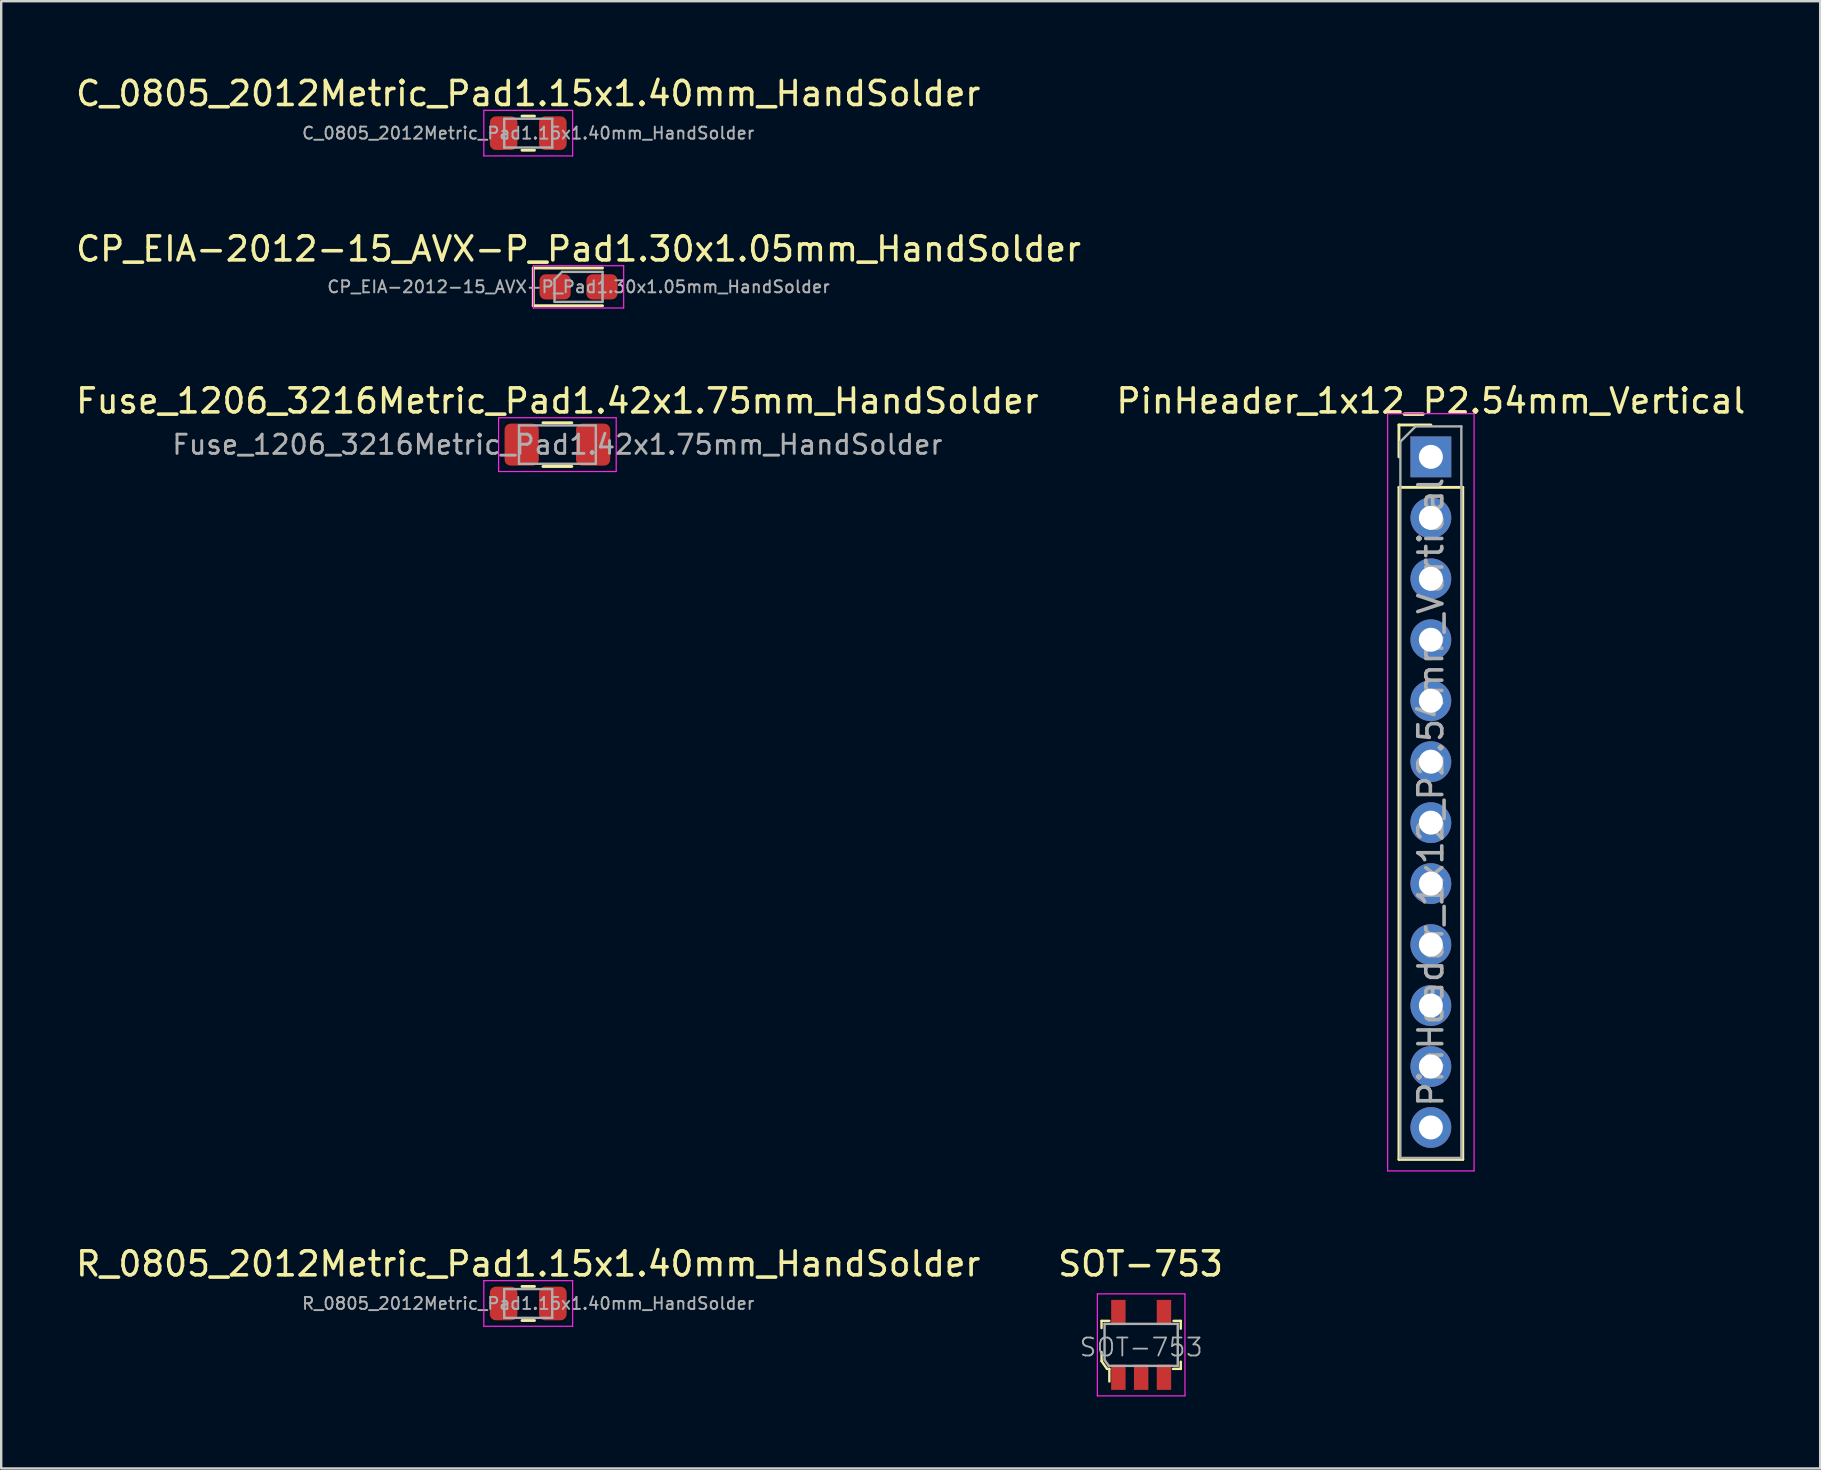
<source format=kicad_pcb>
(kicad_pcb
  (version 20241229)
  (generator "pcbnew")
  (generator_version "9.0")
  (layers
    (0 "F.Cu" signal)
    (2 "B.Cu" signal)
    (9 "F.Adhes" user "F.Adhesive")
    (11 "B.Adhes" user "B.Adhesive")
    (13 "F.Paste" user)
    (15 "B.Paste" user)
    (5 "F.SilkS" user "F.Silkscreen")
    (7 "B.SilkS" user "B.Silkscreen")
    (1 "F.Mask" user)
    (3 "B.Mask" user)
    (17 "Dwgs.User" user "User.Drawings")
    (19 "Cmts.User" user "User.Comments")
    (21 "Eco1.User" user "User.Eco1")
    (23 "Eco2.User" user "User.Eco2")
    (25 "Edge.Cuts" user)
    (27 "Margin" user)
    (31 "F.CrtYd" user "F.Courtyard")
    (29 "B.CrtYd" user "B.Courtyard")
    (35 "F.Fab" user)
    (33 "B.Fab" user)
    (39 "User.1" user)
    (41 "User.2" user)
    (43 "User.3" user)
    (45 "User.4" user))
  (footprint "C_0805_2012Metric_Pad1.15x1.40mm_HandSolder"
    (layer "F.Cu")
    (at 18.958 2.498)
    (property "Reference" "C_0805_2012Metric_Pad1.15x1.40mm_HandSolder" (at 0 -1.65 0) (layer "F.SilkS") (effects (font (size 1 1) (thickness 0.15))))
    (attr smd)
    (fp_line (start -0.261 -0.71) (end 0.261 -0.71) (stroke (width 0.12) (type solid)) (layer "F.SilkS"))
    (fp_line (start -0.261 0.71) (end 0.261 0.71) (stroke (width 0.12) (type solid)) (layer "F.SilkS"))
    (fp_line (start -1.85 -0.95) (end 1.85 -0.95) (stroke (width 0.05) (type solid)) (layer "F.CrtYd"))
    (fp_line (start -1.85 0.95) (end -1.85 -0.95) (stroke (width 0.05) (type solid)) (layer "F.CrtYd"))
    (fp_line (start 1.85 -0.95) (end 1.85 0.95) (stroke (width 0.05) (type solid)) (layer "F.CrtYd"))
    (fp_line (start 1.85 0.95) (end -1.85 0.95) (stroke (width 0.05) (type solid)) (layer "F.CrtYd"))
    (fp_line (start -1 -0.6) (end 1 -0.6) (stroke (width 0.1) (type solid)) (layer "F.Fab"))
    (fp_line (start -1 0.6) (end -1 -0.6) (stroke (width 0.1) (type solid)) (layer "F.Fab"))
    (fp_line (start 1 -0.6) (end 1 0.6) (stroke (width 0.1) (type solid)) (layer "F.Fab"))
    (fp_line (start 1 0.6) (end -1 0.6) (stroke (width 0.1) (type solid)) (layer "F.Fab"))
    (fp_text user "${REFERENCE}" (at 0 0 0) (layer "F.Fab") (effects (font (size 0.5 0.5) (thickness 0.08))))
    (pad "1" smd roundrect (at -1.025 0) (size 1.15 1.4) (layers "F.Cu" "F.Mask" "F.Paste") (roundrect_rratio 0.217))
    (pad "2" smd roundrect (at 1.025 0) (size 1.15 1.4) (layers "F.Cu" "F.Mask" "F.Paste") (roundrect_rratio 0.217)))
  (footprint "R_0805_2012Metric_Pad1.15x1.40mm_HandSolder"
    (layer "F.Cu")
    (at 18.958 51.258)
    (property "Reference" "R_0805_2012Metric_Pad1.15x1.40mm_HandSolder" (at 0 -1.65 0) (layer "F.SilkS") (effects (font (size 1 1) (thickness 0.15))))
    (attr smd)
    (fp_line (start -0.261 -0.71) (end 0.261 -0.71) (stroke (width 0.12) (type solid)) (layer "F.SilkS"))
    (fp_line (start -0.261 0.71) (end 0.261 0.71) (stroke (width 0.12) (type solid)) (layer "F.SilkS"))
    (fp_line (start -1.85 -0.95) (end 1.85 -0.95) (stroke (width 0.05) (type solid)) (layer "F.CrtYd"))
    (fp_line (start -1.85 0.95) (end -1.85 -0.95) (stroke (width 0.05) (type solid)) (layer "F.CrtYd"))
    (fp_line (start 1.85 -0.95) (end 1.85 0.95) (stroke (width 0.05) (type solid)) (layer "F.CrtYd"))
    (fp_line (start 1.85 0.95) (end -1.85 0.95) (stroke (width 0.05) (type solid)) (layer "F.CrtYd"))
    (fp_line (start -1 -0.6) (end 1 -0.6) (stroke (width 0.1) (type solid)) (layer "F.Fab"))
    (fp_line (start -1 0.6) (end -1 -0.6) (stroke (width 0.1) (type solid)) (layer "F.Fab"))
    (fp_line (start 1 -0.6) (end 1 0.6) (stroke (width 0.1) (type solid)) (layer "F.Fab"))
    (fp_line (start 1 0.6) (end -1 0.6) (stroke (width 0.1) (type solid)) (layer "F.Fab"))
    (fp_text user "${REFERENCE}" (at 0 0 0) (layer "F.Fab") (effects (font (size 0.5 0.5) (thickness 0.08))))
    (pad "1" smd roundrect (at -1.025 0) (size 1.15 1.4) (layers "F.Cu" "F.Mask" "F.Paste") (roundrect_rratio 0.217))
    (pad "2" smd roundrect (at 1.025 0) (size 1.15 1.4) (layers "F.Cu" "F.Mask" "F.Paste") (roundrect_rratio 0.217)))
  (footprint "Fuse_1206_3216Metric_Pad1.42x1.75mm_HandSolder"
    (layer "F.Cu")
    (at 20.173 15.475)
    (property "Reference" "Fuse_1206_3216Metric_Pad1.42x1.75mm_HandSolder" (at 0 -1.82 0) (layer "F.SilkS") (effects (font (size 1 1) (thickness 0.15))))
    (attr smd)
    (fp_line (start -0.602 -0.91) (end 0.602 -0.91) (stroke (width 0.12) (type solid)) (layer "F.SilkS"))
    (fp_line (start -0.602 0.91) (end 0.602 0.91) (stroke (width 0.12) (type solid)) (layer "F.SilkS"))
    (fp_line (start -2.45 -1.12) (end 2.45 -1.12) (stroke (width 0.05) (type solid)) (layer "F.CrtYd"))
    (fp_line (start -2.45 1.12) (end -2.45 -1.12) (stroke (width 0.05) (type solid)) (layer "F.CrtYd"))
    (fp_line (start 2.45 -1.12) (end 2.45 1.12) (stroke (width 0.05) (type solid)) (layer "F.CrtYd"))
    (fp_line (start 2.45 1.12) (end -2.45 1.12) (stroke (width 0.05) (type solid)) (layer "F.CrtYd"))
    (fp_line (start -1.6 -0.8) (end 1.6 -0.8) (stroke (width 0.1) (type solid)) (layer "F.Fab"))
    (fp_line (start -1.6 0.8) (end -1.6 -0.8) (stroke (width 0.1) (type solid)) (layer "F.Fab"))
    (fp_line (start 1.6 -0.8) (end 1.6 0.8) (stroke (width 0.1) (type solid)) (layer "F.Fab"))
    (fp_line (start 1.6 0.8) (end -1.6 0.8) (stroke (width 0.1) (type solid)) (layer "F.Fab"))
    (fp_text user "${REFERENCE}" (at 0 0 0) (layer "F.Fab") (effects (font (size 0.8 0.8) (thickness 0.12))))
    (pad "1" smd roundrect (at -1.488 0) (size 1.425 1.75) (layers "F.Cu" "F.Mask" "F.Paste") (roundrect_rratio 0.175))
    (pad "2" smd roundrect (at 1.488 0) (size 1.425 1.75) (layers "F.Cu" "F.Mask" "F.Paste") (roundrect_rratio 0.175)))
  (footprint "CP_EIA-2012-15_AVX-P_Pad1.30x1.05mm_HandSolder"
    (layer "F.Cu")
    (at 21.054 8.902)
    (property "Reference" "CP_EIA-2012-15_AVX-P_Pad1.30x1.05mm_HandSolder" (at 0 -1.58 0) (layer "F.SilkS") (effects (font (size 1 1) (thickness 0.15))))
    (attr smd)
    (fp_line (start -1.885 -0.785) (end -1.885 0.785) (stroke (width 0.12) (type solid)) (layer "F.SilkS"))
    (fp_line (start -1.885 0.785) (end 1 0.785) (stroke (width 0.12) (type solid)) (layer "F.SilkS"))
    (fp_line (start 1 -0.785) (end -1.885 -0.785) (stroke (width 0.12) (type solid)) (layer "F.SilkS"))
    (fp_line (start -1.88 -0.88) (end 1.88 -0.88) (stroke (width 0.05) (type solid)) (layer "F.CrtYd"))
    (fp_line (start -1.88 0.88) (end -1.88 -0.88) (stroke (width 0.05) (type solid)) (layer "F.CrtYd"))
    (fp_line (start 1.88 -0.88) (end 1.88 0.88) (stroke (width 0.05) (type solid)) (layer "F.CrtYd"))
    (fp_line (start 1.88 0.88) (end -1.88 0.88) (stroke (width 0.05) (type solid)) (layer "F.CrtYd"))
    (fp_line (start -1 -0.312) (end -1 0.625) (stroke (width 0.1) (type solid)) (layer "F.Fab"))
    (fp_line (start -1 0.625) (end 1 0.625) (stroke (width 0.1) (type solid)) (layer "F.Fab"))
    (fp_line (start -0.688 -0.625) (end -1 -0.312) (stroke (width 0.1) (type solid)) (layer "F.Fab"))
    (fp_line (start 1 -0.625) (end -0.688 -0.625) (stroke (width 0.1) (type solid)) (layer "F.Fab"))
    (fp_line (start 1 0.625) (end 1 -0.625) (stroke (width 0.1) (type solid)) (layer "F.Fab"))
    (fp_text user "${REFERENCE}" (at 0 0 0) (layer "F.Fab") (effects (font (size 0.5 0.5) (thickness 0.08))))
    (pad "1" smd roundrect (at -0.975 0) (size 1.3 1.05) (layers "F.Cu" "F.Mask" "F.Paste") (roundrect_rratio 0.238))
    (pad "2" smd roundrect (at 0.975 0) (size 1.3 1.05) (layers "F.Cu" "F.Mask" "F.Paste") (roundrect_rratio 0.238)))
  (footprint "PinHeader_1x12_P2.54mm_Vertical"
    (layer "F.Cu")
    (at 56.565 15.985)
    (property "Reference" "PinHeader_1x12_P2.54mm_Vertical" (at 0 -2.33 0) (layer "F.SilkS") (effects (font (size 1 1) (thickness 0.15))))
    (attr through_hole)
    (fp_line (start -1.33 -1.33) (end 0 -1.33) (stroke (width 0.12) (type solid)) (layer "F.SilkS"))
    (fp_line (start -1.33 0) (end -1.33 -1.33) (stroke (width 0.12) (type solid)) (layer "F.SilkS"))
    (fp_line (start -1.33 1.27) (end -1.33 29.27) (stroke (width 0.12) (type solid)) (layer "F.SilkS"))
    (fp_line (start -1.33 1.27) (end 1.33 1.27) (stroke (width 0.12) (type solid)) (layer "F.SilkS"))
    (fp_line (start -1.33 29.27) (end 1.33 29.27) (stroke (width 0.12) (type solid)) (layer "F.SilkS"))
    (fp_line (start 1.33 1.27) (end 1.33 29.27) (stroke (width 0.12) (type solid)) (layer "F.SilkS"))
    (fp_line (start -1.8 -1.8) (end -1.8 29.75) (stroke (width 0.05) (type solid)) (layer "F.CrtYd"))
    (fp_line (start -1.8 29.75) (end 1.8 29.75) (stroke (width 0.05) (type solid)) (layer "F.CrtYd"))
    (fp_line (start 1.8 -1.8) (end -1.8 -1.8) (stroke (width 0.05) (type solid)) (layer "F.CrtYd"))
    (fp_line (start 1.8 29.75) (end 1.8 -1.8) (stroke (width 0.05) (type solid)) (layer "F.CrtYd"))
    (fp_line (start -1.27 -0.635) (end -0.635 -1.27) (stroke (width 0.1) (type solid)) (layer "F.Fab"))
    (fp_line (start -1.27 29.21) (end -1.27 -0.635) (stroke (width 0.1) (type solid)) (layer "F.Fab"))
    (fp_line (start -0.635 -1.27) (end 1.27 -1.27) (stroke (width 0.1) (type solid)) (layer "F.Fab"))
    (fp_line (start 1.27 -1.27) (end 1.27 29.21) (stroke (width 0.1) (type solid)) (layer "F.Fab"))
    (fp_line (start 1.27 29.21) (end -1.27 29.21) (stroke (width 0.1) (type solid)) (layer "F.Fab"))
    (fp_text user "${REFERENCE}" (at 0 13.97 90) (layer "F.Fab") (effects (font (size 1 1) (thickness 0.15))))
    (pad "1" thru_hole rect (at 0 0) (size 1.7 1.7) (drill 1) (layers "*.Cu" "*.Mask"))
    (pad "2" thru_hole oval (at 0 2.54) (size 1.7 1.7) (drill 1) (layers "*.Cu" "*.Mask"))
    (pad "3" thru_hole oval (at 0 5.08) (size 1.7 1.7) (drill 1) (layers "*.Cu" "*.Mask"))
    (pad "4" thru_hole oval (at 0 7.62) (size 1.7 1.7) (drill 1) (layers "*.Cu" "*.Mask"))
    (pad "5" thru_hole oval (at 0 10.16) (size 1.7 1.7) (drill 1) (layers "*.Cu" "*.Mask"))
    (pad "6" thru_hole oval (at 0 12.7) (size 1.7 1.7) (drill 1) (layers "*.Cu" "*.Mask"))
    (pad "7" thru_hole oval (at 0 15.24) (size 1.7 1.7) (drill 1) (layers "*.Cu" "*.Mask"))
    (pad "8" thru_hole oval (at 0 17.78) (size 1.7 1.7) (drill 1) (layers "*.Cu" "*.Mask"))
    (pad "9" thru_hole oval (at 0 20.32) (size 1.7 1.7) (drill 1) (layers "*.Cu" "*.Mask"))
    (pad "10" thru_hole oval (at 0 22.86) (size 1.7 1.7) (drill 1) (layers "*.Cu" "*.Mask"))
    (pad "11" thru_hole oval (at 0 25.4) (size 1.7 1.7) (drill 1) (layers "*.Cu" "*.Mask"))
    (pad "12" thru_hole oval (at 0 27.94) (size 1.7 1.7) (drill 1) (layers "*.Cu" "*.Mask")))
  (footprint "SOT-753"
    (layer "F.Cu")
    (at 44.495 52.983)
    (property "Reference" "SOT-753" (at -0.025 -3.375 0) (layer "F.SilkS") (effects (font (size 1 1) (thickness 0.15))))
    (attr smd)
    (fp_line (start -1.65 -1) (end -1.65 -0.7) (stroke (width 0.1) (type solid)) (layer "F.SilkS"))
    (fp_line (start -1.65 0.675) (end -1.65 0.3) (stroke (width 0.1) (type solid)) (layer "F.SilkS"))
    (fp_line (start -1.65 0.675) (end -1.425 1) (stroke (width 0.1) (type solid)) (layer "F.SilkS"))
    (fp_line (start -1.425 1) (end -1.325 1) (stroke (width 0.1) (type solid)) (layer "F.SilkS"))
    (fp_line (start -1.325 -1) (end -1.65 -1) (stroke (width 0.1) (type solid)) (layer "F.SilkS"))
    (fp_line (start -1.325 1) (end -1.325 1.525) (stroke (width 0.1) (type solid)) (layer "F.SilkS"))
    (fp_line (start 1.325 1) (end 1.65 1) (stroke (width 0.1) (type solid)) (layer "F.SilkS"))
    (fp_line (start 1.35 -1) (end 1.65 -1) (stroke (width 0.1) (type solid)) (layer "F.SilkS"))
    (fp_line (start 1.65 -1) (end 1.65 -0.675) (stroke (width 0.1) (type solid)) (layer "F.SilkS"))
    (fp_line (start 1.65 1) (end 1.65 0.7) (stroke (width 0.1) (type solid)) (layer "F.SilkS"))
    (fp_line (start -1.825 -2.125) (end 1.825 -2.125) (stroke (width 0.05) (type solid)) (layer "F.CrtYd"))
    (fp_line (start -1.825 2.125) (end -1.825 -2.125) (stroke (width 0.05) (type solid)) (layer "F.CrtYd"))
    (fp_line (start 1.825 -2.125) (end 1.825 2.125) (stroke (width 0.05) (type solid)) (layer "F.CrtYd"))
    (fp_line (start 1.825 2.125) (end -1.825 2.125) (stroke (width 0.05) (type solid)) (layer "F.CrtYd"))
    (fp_line (start -1.525 -0.875) (end 1.525 -0.875) (stroke (width 0.1) (type solid)) (layer "F.Fab"))
    (fp_line (start -1.525 0.625) (end -1.525 -0.875) (stroke (width 0.1) (type solid)) (layer "F.Fab"))
    (fp_line (start -1.525 0.625) (end -1.35 0.875) (stroke (width 0.1) (type solid)) (layer "F.Fab"))
    (fp_line (start -1.35 0.875) (end 1.525 0.875) (stroke (width 0.1) (type solid)) (layer "F.Fab"))
    (fp_line (start 1.525 -0.875) (end 1.525 0.875) (stroke (width 0.1) (type solid)) (layer "F.Fab"))
    (fp_text user "${REFERENCE}" (at 0 0.1 0) (layer "F.Fab") (effects (font (size 0.75 0.75) (thickness 0.075))))
    (pad "1" smd rect (at -0.95 1.35) (size 0.6 1.05) (layers "F.Cu" "F.Mask" "F.Paste"))
    (pad "2" smd rect (at 0 1.35) (size 0.6 1.05) (layers "F.Cu" "F.Mask" "F.Paste"))
    (pad "3" smd rect (at 0.95 1.35) (size 0.6 1.05) (layers "F.Cu" "F.Mask" "F.Paste"))
    (pad "4" smd rect (at 0.95 -1.35) (size 0.6 1.05) (layers "F.Cu" "F.Mask" "F.Paste"))
    (pad "5" smd rect (at -0.95 -1.35) (size 0.6 1.05) (layers "F.Cu" "F.Mask" "F.Paste")))
  (gr_rect
    (start -3 -3)
    (end 72.786 58.133)
    (stroke (width 0.1) (type default))
    (fill no)
    (layer "Edge.Cuts")))
</source>
